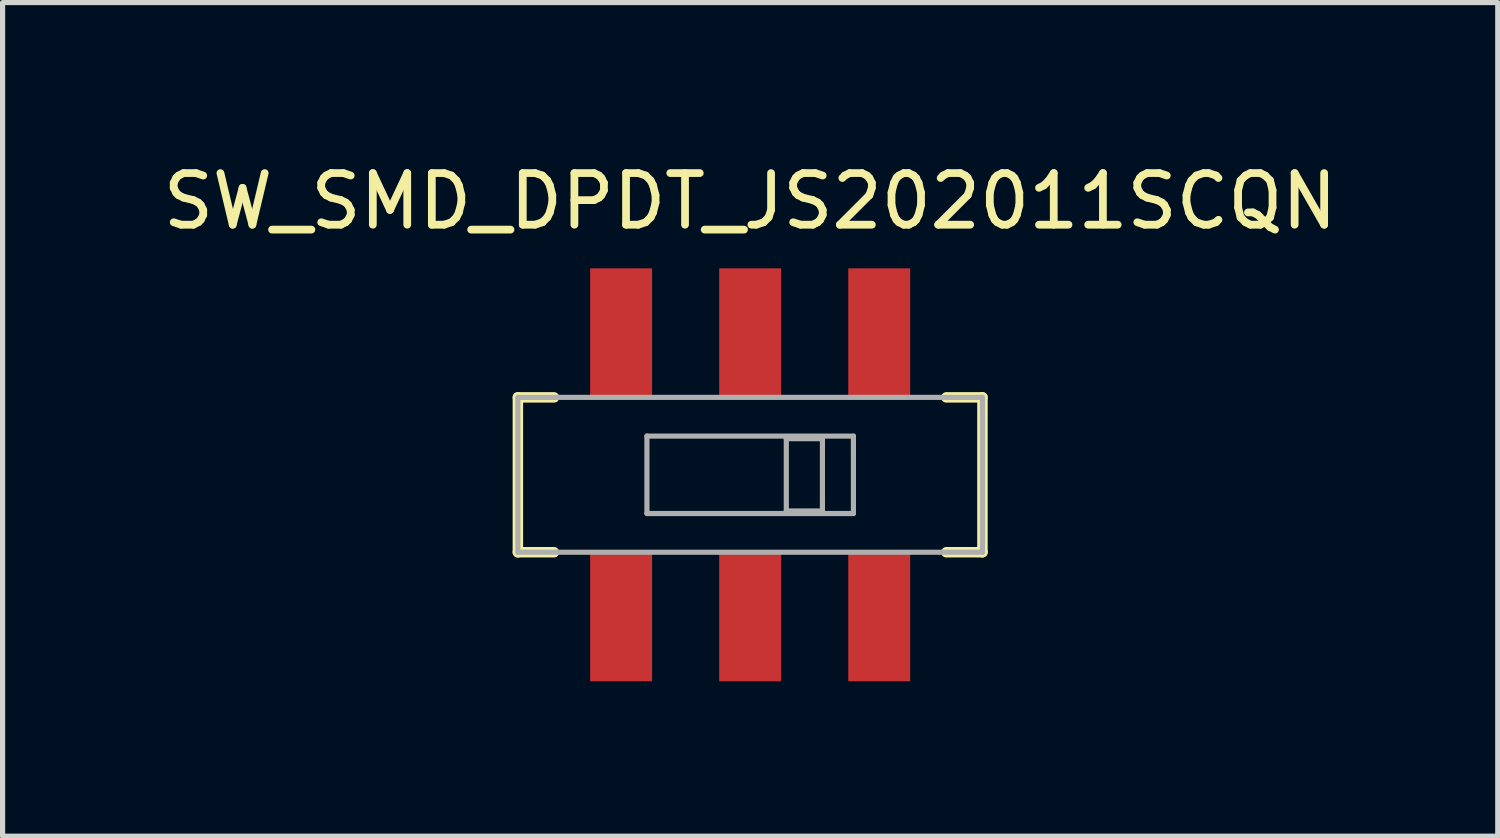
<source format=kicad_pcb>
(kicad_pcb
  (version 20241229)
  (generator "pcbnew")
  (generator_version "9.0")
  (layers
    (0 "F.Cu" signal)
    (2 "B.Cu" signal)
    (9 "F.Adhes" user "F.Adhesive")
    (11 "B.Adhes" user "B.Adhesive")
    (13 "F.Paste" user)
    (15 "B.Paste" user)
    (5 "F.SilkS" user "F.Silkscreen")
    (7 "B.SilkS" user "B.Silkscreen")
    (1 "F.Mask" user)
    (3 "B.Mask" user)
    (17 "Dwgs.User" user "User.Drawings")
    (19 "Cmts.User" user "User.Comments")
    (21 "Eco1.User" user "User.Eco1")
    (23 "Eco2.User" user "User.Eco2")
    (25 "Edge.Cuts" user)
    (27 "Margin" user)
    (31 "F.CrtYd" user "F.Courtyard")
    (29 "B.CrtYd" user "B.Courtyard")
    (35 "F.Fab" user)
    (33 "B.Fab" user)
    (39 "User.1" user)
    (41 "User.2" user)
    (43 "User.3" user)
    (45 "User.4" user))
  (footprint "SW_SMD_DPDT_JS202011SCQN"
    (layer "F.Cu")
    (at 11.482 6.148)
    (property "Reference" "SW_SMD_DPDT_JS202011SCQN" (at 0 -5.3 0) (layer "F.SilkS") (effects (font (size 1 1) (thickness 0.15))))
    (attr through_hole)
    (fp_line (start -4.5 -1.5) (end -4.5 1.5) (stroke (width 0.203) (type solid)) (layer "F.SilkS"))
    (fp_line (start -4.5 -1.5) (end -3.8 -1.5) (stroke (width 0.203) (type solid)) (layer "F.SilkS"))
    (fp_line (start -4.5 1.5) (end -3.8 1.5) (stroke (width 0.203) (type solid)) (layer "F.SilkS"))
    (fp_line (start 3.8 -1.5) (end 4.5 -1.5) (stroke (width 0.203) (type solid)) (layer "F.SilkS"))
    (fp_line (start 3.8 1.5) (end 4.5 1.5) (stroke (width 0.203) (type solid)) (layer "F.SilkS"))
    (fp_line (start 4.5 -1.5) (end 4.5 1.5) (stroke (width 0.203) (type solid)) (layer "F.SilkS"))
    (fp_line (start -4.5 -1.5) (end 4.5 -1.5) (stroke (width 0.1) (type solid)) (layer "F.Fab"))
    (fp_line (start -4.5 1.5) (end -4.5 -1.5) (stroke (width 0.1) (type solid)) (layer "F.Fab"))
    (fp_line (start -4.5 1.5) (end 4.5 1.5) (stroke (width 0.1) (type solid)) (layer "F.Fab"))
    (fp_line (start -2 -0.75) (end -2 0.75) (stroke (width 0.1) (type solid)) (layer "F.Fab"))
    (fp_line (start -2 -0.75) (end 2 -0.75) (stroke (width 0.1) (type solid)) (layer "F.Fab"))
    (fp_line (start -2 0.75) (end 2 0.75) (stroke (width 0.1) (type solid)) (layer "F.Fab"))
    (fp_line (start 0.7 -0.7) (end 0.7 0.7) (stroke (width 0.1) (type solid)) (layer "F.Fab"))
    (fp_line (start 0.7 0.7) (end 1.4 0.7) (stroke (width 0.1) (type solid)) (layer "F.Fab"))
    (fp_line (start 1.4 -0.7) (end 0.7 -0.7) (stroke (width 0.1) (type solid)) (layer "F.Fab"))
    (fp_line (start 1.4 0.7) (end 1.4 -0.7) (stroke (width 0.1) (type solid)) (layer "F.Fab"))
    (fp_line (start 2 -0.75) (end 2 0.75) (stroke (width 0.1) (type solid)) (layer "F.Fab"))
    (fp_line (start 4.5 1.5) (end 4.5 -1.5) (stroke (width 0.1) (type solid)) (layer "F.Fab"))
    (pad "1" smd rect (at -2.5 -2.75) (size 1.2 2.5) (layers "F.Cu" "F.Mask" "F.Paste"))
    (pad "2" smd rect (at 0 -2.75) (size 1.2 2.5) (layers "F.Cu" "F.Mask" "F.Paste"))
    (pad "3" smd rect (at 2.5 -2.75) (size 1.2 2.5) (layers "F.Cu" "F.Mask" "F.Paste"))
    (pad "4" smd rect (at -2.5 2.75) (size 1.2 2.5) (layers "F.Cu" "F.Mask" "F.Paste"))
    (pad "5" smd rect (at 0 2.75) (size 1.2 2.5) (layers "F.Cu" "F.Mask" "F.Paste"))
    (pad "6" smd rect (at 2.5 2.75) (size 1.2 2.5) (layers "F.Cu" "F.Mask" "F.Paste")))
  (gr_rect
    (start -3 -3)
    (end 25.964 13.148)
    (stroke (width 0.1) (type default))
    (fill no)
    (layer "Edge.Cuts")))
</source>
